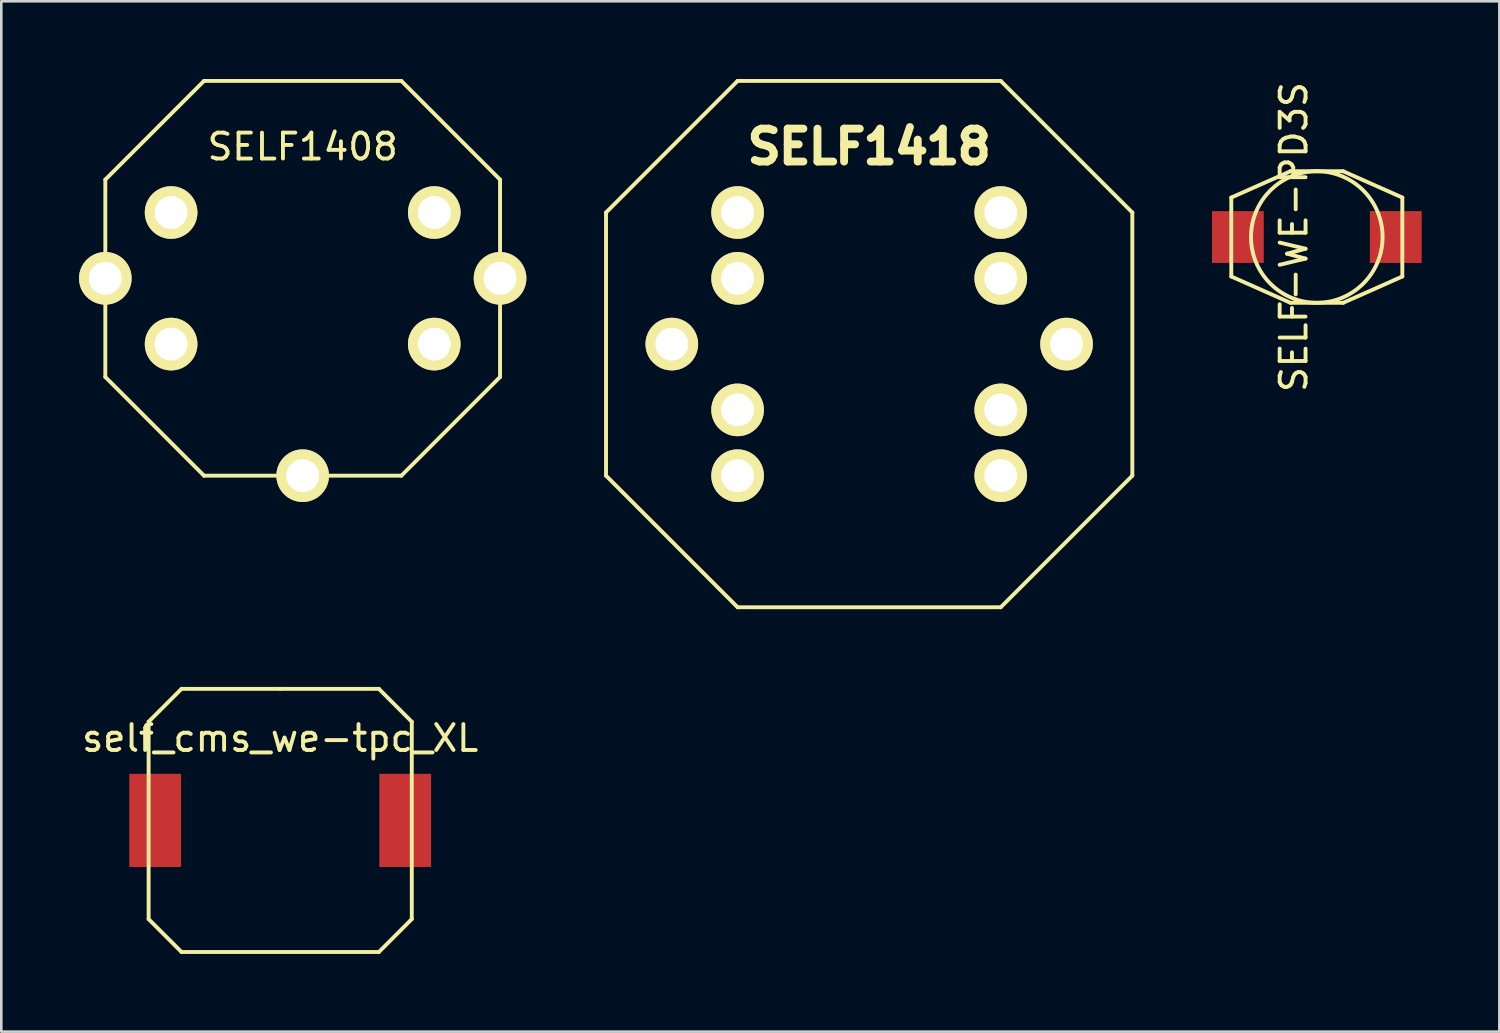
<source format=kicad_pcb>
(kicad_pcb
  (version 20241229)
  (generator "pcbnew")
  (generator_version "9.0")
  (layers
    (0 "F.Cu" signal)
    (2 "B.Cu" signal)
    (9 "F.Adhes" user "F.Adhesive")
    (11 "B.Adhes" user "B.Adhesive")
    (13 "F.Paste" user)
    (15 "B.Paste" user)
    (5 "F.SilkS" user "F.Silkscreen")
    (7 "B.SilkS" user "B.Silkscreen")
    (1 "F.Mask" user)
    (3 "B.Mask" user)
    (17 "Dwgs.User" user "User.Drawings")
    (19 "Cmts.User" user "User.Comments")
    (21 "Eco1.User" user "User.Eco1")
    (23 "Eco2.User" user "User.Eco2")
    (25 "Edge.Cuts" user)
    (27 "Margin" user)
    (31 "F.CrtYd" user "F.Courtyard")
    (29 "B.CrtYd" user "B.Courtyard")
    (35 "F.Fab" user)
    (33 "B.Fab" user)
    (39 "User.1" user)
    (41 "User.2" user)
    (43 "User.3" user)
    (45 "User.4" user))
  (footprint "SELF-WE-PD3S"
    (layer "F.Cu")
    (at 47.789 6.101)
    (property "Reference" "SELF-WE-PD3S" (at -0.889 0 90) (layer "F.SilkS") (effects (font (size 1 1) (thickness 0.15))))
    (attr smd)
    (fp_line (start -3.302 -1.524) (end -1.016 -2.54) (stroke (width 0.15) (type solid)) (layer "F.SilkS"))
    (fp_line (start -3.302 1.524) (end -3.302 -1.524) (stroke (width 0.15) (type solid)) (layer "F.SilkS"))
    (fp_line (start -1.016 -2.54) (end 0 -2.54) (stroke (width 0.15) (type solid)) (layer "F.SilkS"))
    (fp_line (start -1.016 2.54) (end -3.302 1.524) (stroke (width 0.15) (type solid)) (layer "F.SilkS"))
    (fp_line (start 0 -2.54) (end 1.016 -2.54) (stroke (width 0.15) (type solid)) (layer "F.SilkS"))
    (fp_line (start 1.016 -2.54) (end 3.302 -1.524) (stroke (width 0.15) (type solid)) (layer "F.SilkS"))
    (fp_line (start 1.016 2.54) (end -1.016 2.54) (stroke (width 0.15) (type solid)) (layer "F.SilkS"))
    (fp_line (start 3.302 -1.524) (end 3.302 1.524) (stroke (width 0.15) (type solid)) (layer "F.SilkS"))
    (fp_line (start 3.302 1.524) (end 1.016 2.54) (stroke (width 0.15) (type solid)) (layer "F.SilkS"))
    (fp_circle (center 0 0) (end 0 2.54) (stroke (width 0.15) (type solid)) (fill no) (layer "F.SilkS"))
    (pad "1" smd rect (at -3.048 0) (size 1.999 1.999) (layers "F.Cu" "F.Mask" "F.Paste"))
    (pad "2" smd rect (at 3.048 0) (size 1.999 1.999) (layers "F.Cu" "F.Mask" "F.Paste")))
  (footprint "self_cms_we-tpc_XL"
    (layer "F.Cu")
    (at 7.768 28.625)
    (property "Reference" "self_cms_we-tpc_XL" (at 0 -3.175 0) (layer "F.SilkS") (effects (font (size 1 1) (thickness 0.15))))
    (attr smd)
    (fp_line (start -5.08 -3.81) (end -3.81 -5.08) (stroke (width 0.15) (type solid)) (layer "F.SilkS"))
    (fp_line (start -5.08 3.81) (end -5.08 -3.81) (stroke (width 0.15) (type solid)) (layer "F.SilkS"))
    (fp_line (start -3.81 -5.08) (end 0 -5.08) (stroke (width 0.15) (type solid)) (layer "F.SilkS"))
    (fp_line (start -3.81 5.08) (end -5.08 3.81) (stroke (width 0.15) (type solid)) (layer "F.SilkS"))
    (fp_line (start 0 -5.08) (end 3.81 -5.08) (stroke (width 0.15) (type solid)) (layer "F.SilkS"))
    (fp_line (start 3.81 -5.08) (end 5.08 -3.81) (stroke (width 0.15) (type solid)) (layer "F.SilkS"))
    (fp_line (start 3.81 5.08) (end -3.81 5.08) (stroke (width 0.15) (type solid)) (layer "F.SilkS"))
    (fp_line (start 5.08 -3.81) (end 5.08 3.81) (stroke (width 0.15) (type solid)) (layer "F.SilkS"))
    (fp_line (start 5.08 3.81) (end 3.81 5.08) (stroke (width 0.15) (type solid)) (layer "F.SilkS"))
    (fp_text user "" (at 0 0 0) (layer "F.SilkS") (effects (font (size 1 1) (thickness 0.15))))
    (fp_text user "" (at 0 0 0) (layer "F.SilkS") (effects (font (size 1 1) (thickness 0.15))))
    (pad "1" smd rect (at -4.826 0) (size 1.999 3.599) (layers "F.Cu" "F.Mask" "F.Paste"))
    (pad "2" smd rect (at 4.826 0) (size 1.999 3.599) (layers "F.Cu" "F.Mask" "F.Paste")))
  (footprint "SELF1408"
    (layer "F.Cu")
    (at 8.636 7.695)
    (property "Reference" "SELF1408" (at 0 -5.08 0) (layer "F.SilkS") (effects (font (size 1 1) (thickness 0.15))))
    (attr through_hole)
    (fp_line (start -7.62 -3.81) (end -7.62 3.81) (stroke (width 0.15) (type solid)) (layer "F.SilkS"))
    (fp_line (start -7.62 3.81) (end -3.81 7.62) (stroke (width 0.15) (type solid)) (layer "F.SilkS"))
    (fp_line (start -3.81 -7.62) (end -7.62 -3.81) (stroke (width 0.15) (type solid)) (layer "F.SilkS"))
    (fp_line (start -3.81 7.62) (end 3.81 7.62) (stroke (width 0.15) (type solid)) (layer "F.SilkS"))
    (fp_line (start 3.81 -7.62) (end -3.81 -7.62) (stroke (width 0.15) (type solid)) (layer "F.SilkS"))
    (fp_line (start 3.81 7.62) (end 7.62 3.81) (stroke (width 0.15) (type solid)) (layer "F.SilkS"))
    (fp_line (start 7.62 -3.81) (end 3.81 -7.62) (stroke (width 0.15) (type solid)) (layer "F.SilkS"))
    (fp_line (start 7.62 3.81) (end 7.62 -3.81) (stroke (width 0.15) (type solid)) (layer "F.SilkS"))
    (pad "0" thru_hole circle (at 0 7.62) (size 2.032 2.032) (drill 1.27) (layers "*.Cu" "*.Mask" "F.SilkS"))
    (pad "1" thru_hole circle (at -7.62 0) (size 2.032 2.032) (drill 1.27) (layers "*.Cu" "*.Mask" "F.SilkS"))
    (pad "1" thru_hole circle (at -5.08 -2.54) (size 2.032 2.032) (drill 1.27) (layers "*.Cu" "*.Mask" "F.SilkS"))
    (pad "1" thru_hole circle (at -5.08 2.54) (size 2.032 2.032) (drill 1.27) (layers "*.Cu" "*.Mask" "F.SilkS"))
    (pad "2" thru_hole circle (at 5.08 -2.54) (size 2.032 2.032) (drill 1.27) (layers "*.Cu" "*.Mask" "F.SilkS"))
    (pad "2" thru_hole circle (at 5.08 2.54) (size 2.032 2.032) (drill 1.27) (layers "*.Cu" "*.Mask" "F.SilkS"))
    (pad "2" thru_hole circle (at 7.62 0) (size 2.032 2.032) (drill 1.27) (layers "*.Cu" "*.Mask" "F.SilkS")))
  (footprint "SELF1418"
    (layer "F.Cu")
    (at 30.507 10.235)
    (property "Reference" "SELF1418" (at 0 -7.62 0) (layer "F.SilkS") (effects (font (size 1.27 1.27) (thickness 0.305))))
    (attr through_hole)
    (fp_line (start -10.16 -5.08) (end -10.16 5.08) (stroke (width 0.15) (type solid)) (layer "F.SilkS"))
    (fp_line (start -10.16 5.08) (end -5.08 10.16) (stroke (width 0.15) (type solid)) (layer "F.SilkS"))
    (fp_line (start -5.08 -10.16) (end -10.16 -5.08) (stroke (width 0.15) (type solid)) (layer "F.SilkS"))
    (fp_line (start -5.08 10.16) (end 5.08 10.16) (stroke (width 0.15) (type solid)) (layer "F.SilkS"))
    (fp_line (start 5.08 -10.16) (end -5.08 -10.16) (stroke (width 0.15) (type solid)) (layer "F.SilkS"))
    (fp_line (start 5.08 10.16) (end 10.16 5.08) (stroke (width 0.15) (type solid)) (layer "F.SilkS"))
    (fp_line (start 10.16 -5.08) (end 5.08 -10.16) (stroke (width 0.15) (type solid)) (layer "F.SilkS"))
    (fp_line (start 10.16 5.08) (end 10.16 -5.08) (stroke (width 0.15) (type solid)) (layer "F.SilkS"))
    (pad "" thru_hole circle (at -7.62 0) (size 2.032 2.032) (drill 1.27) (layers "*.Cu" "*.Mask" "F.SilkS"))
    (pad "" thru_hole circle (at 7.62 0) (size 2.032 2.032) (drill 1.27) (layers "*.Cu" "*.Mask" "F.SilkS"))
    (pad "1" thru_hole circle (at -5.08 -5.08) (size 2.032 2.032) (drill 1.27) (layers "*.Cu" "*.Mask" "F.SilkS"))
    (pad "1" thru_hole circle (at -5.08 -2.54) (size 2.032 2.032) (drill 1.27) (layers "*.Cu" "*.Mask" "F.SilkS"))
    (pad "2" thru_hole circle (at 5.08 -5.08) (size 2.032 2.032) (drill 1.27) (layers "*.Cu" "*.Mask" "F.SilkS"))
    (pad "2" thru_hole circle (at 5.08 -2.54) (size 2.032 2.032) (drill 1.27) (layers "*.Cu" "*.Mask" "F.SilkS"))
    (pad "3" thru_hole circle (at 5.08 2.54) (size 2.032 2.032) (drill 1.27) (layers "*.Cu" "*.Mask" "F.SilkS"))
    (pad "3" thru_hole circle (at 5.08 5.08) (size 2.032 2.032) (drill 1.27) (layers "*.Cu" "*.Mask" "F.SilkS"))
    (pad "4" thru_hole circle (at -5.08 2.54) (size 2.032 2.032) (drill 1.27) (layers "*.Cu" "*.Mask" "F.SilkS"))
    (pad "4" thru_hole circle (at -5.08 5.08) (size 2.032 2.032) (drill 1.27) (layers "*.Cu" "*.Mask" "F.SilkS")))
  (gr_rect
    (start -3 -3)
    (end 54.837 36.78)
    (stroke (width 0.1) (type default))
    (fill no)
    (layer "Edge.Cuts")))
</source>
